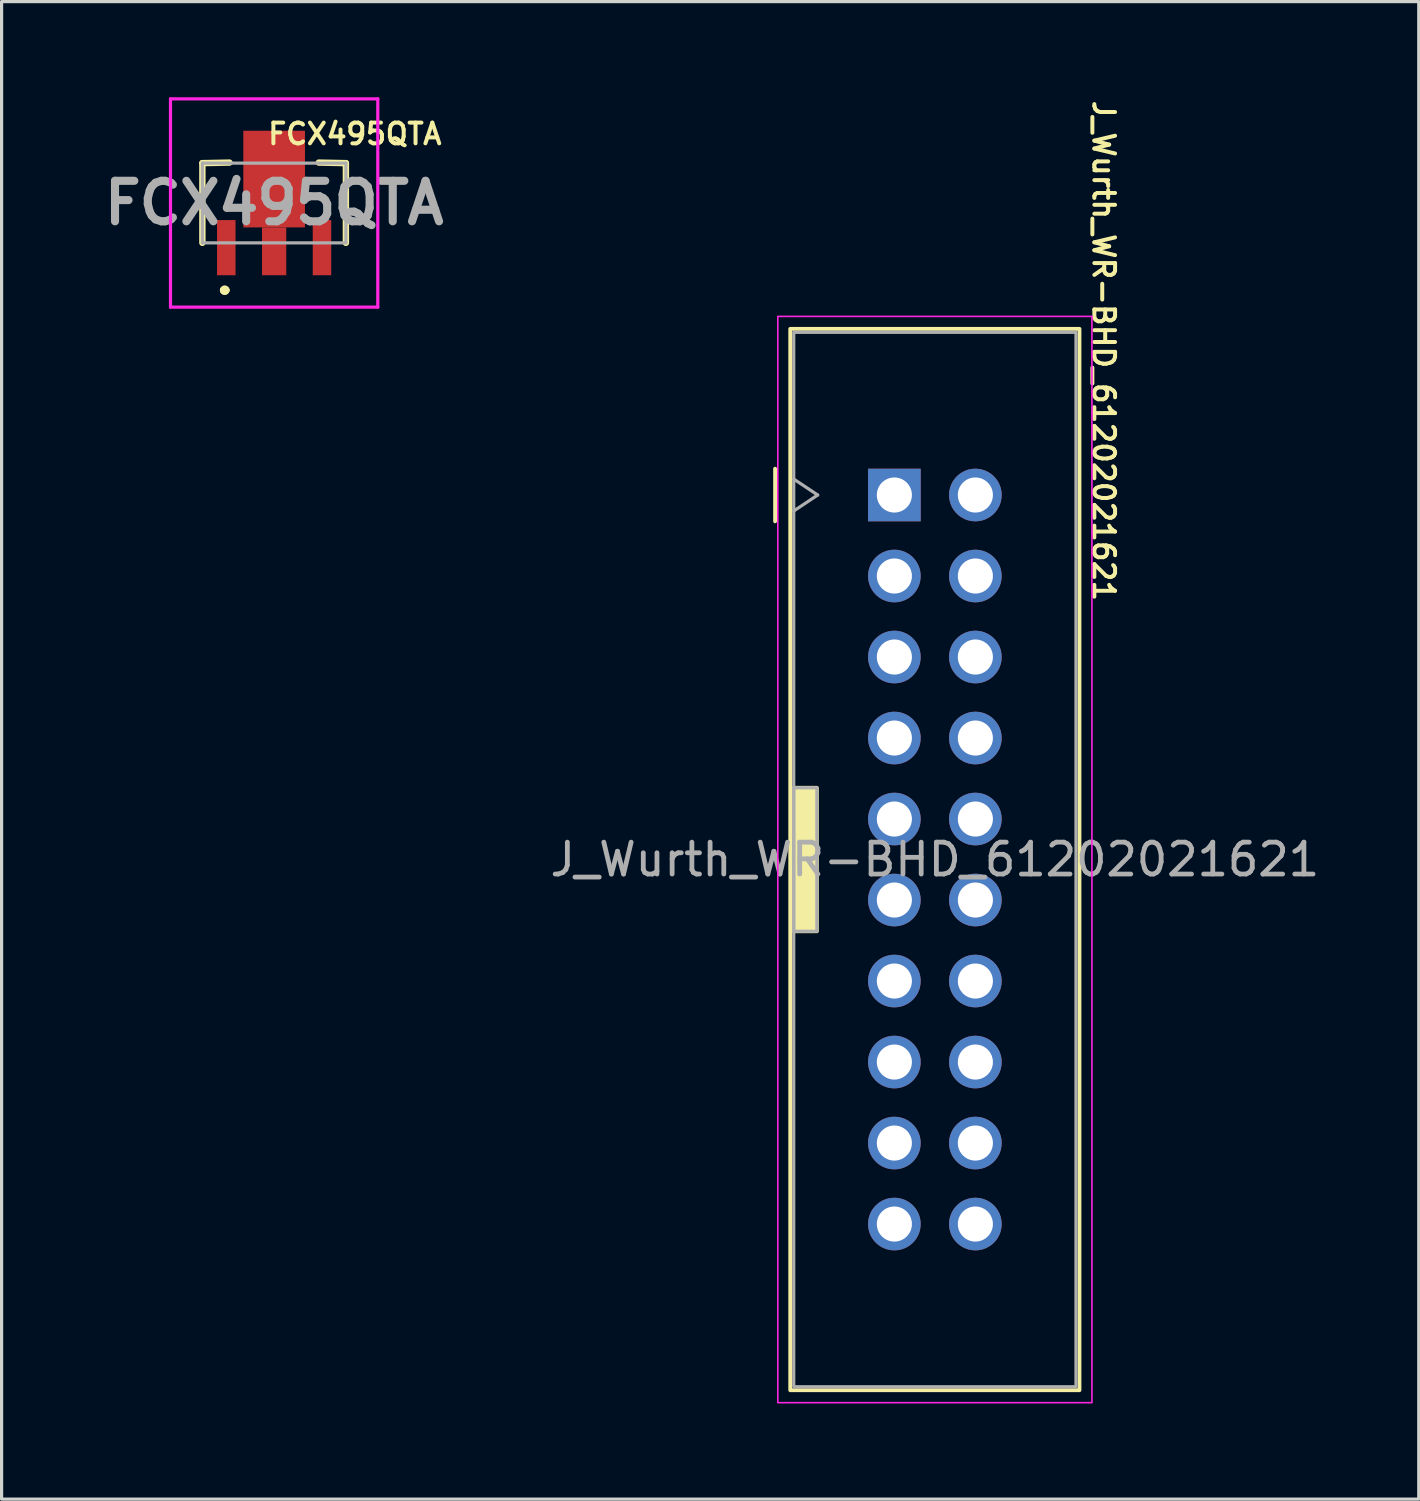
<source format=kicad_pcb>
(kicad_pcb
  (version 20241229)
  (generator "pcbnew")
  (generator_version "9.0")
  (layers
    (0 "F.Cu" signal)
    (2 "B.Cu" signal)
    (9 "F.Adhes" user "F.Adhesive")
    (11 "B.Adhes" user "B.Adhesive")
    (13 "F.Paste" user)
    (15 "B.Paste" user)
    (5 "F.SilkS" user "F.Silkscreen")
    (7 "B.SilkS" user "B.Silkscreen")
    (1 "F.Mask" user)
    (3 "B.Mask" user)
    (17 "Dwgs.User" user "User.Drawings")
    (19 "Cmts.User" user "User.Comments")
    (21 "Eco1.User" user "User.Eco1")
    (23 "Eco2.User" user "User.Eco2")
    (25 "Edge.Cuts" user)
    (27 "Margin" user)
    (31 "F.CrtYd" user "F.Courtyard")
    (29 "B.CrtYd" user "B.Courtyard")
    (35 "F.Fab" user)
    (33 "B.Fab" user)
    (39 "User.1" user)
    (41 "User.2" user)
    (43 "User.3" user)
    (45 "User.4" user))
  (footprint "J_Wurth_WR-BHD_61202021621"
    (layer "F.Cu")
    (at 24.994 12.472)
    (property "Reference" "J_Wurth_WR-BHD_61202021621" (at 6.565 -4.519 270) (unlocked yes) (layer "F.SilkS") (effects (font (size 0.65 0.65) (thickness 0.125))))
    (attr through_hole)
    (fp_line (start -3.74 -0.825) (end -3.74 0.825) (stroke (width 0.12) (type solid)) (layer "F.SilkS"))
    (fp_rect (start -3.265 -5.21) (end 5.805 28.07) (stroke (width 0.12) (type solid)) (fill no) (layer "F.SilkS"))
    (fp_rect (start -3.155 9.18) (end -2.43 13.68) (stroke (width 0.12) (type solid)) (fill yes) (layer "F.SilkS"))
    (fp_rect (start -3.655 -5.6) (end 6.195 28.46) (stroke (width 0.05) (type solid)) (fill no) (layer "F.CrtYd"))
    (fp_line (start -2.405 0) (end -3.155 -0.5) (stroke (width 0.1) (type solid)) (layer "F.Fab"))
    (fp_line (start -2.405 0) (end -3.155 0.5) (stroke (width 0.1) (type solid)) (layer "F.Fab"))
    (fp_rect (start -3.155 9.18) (end -2.43 13.68) (stroke (width 0.1) (type solid)) (fill no) (layer "F.Fab"))
    (fp_rect (start -3.155 -5.1) (end 5.695 27.96) (stroke (width 0.1) (type solid)) (fill no) (layer "F.Fab"))
    (fp_text user "${REFERENCE}" (at 1.27 11.43 0) (unlocked yes) (layer "F.Fab") (effects (font (size 1 1) (thickness 0.15))))
    (pad "1" thru_hole rect (at 0 0 270) (size 1.65 1.65) (drill 1.1) (layers "*.Cu" "*.Mask"))
    (pad "2" thru_hole circle (at 2.54 0 270) (size 1.65 1.65) (drill 1.1) (layers "*.Cu" "*.Mask"))
    (pad "3" thru_hole circle (at 0 2.54 270) (size 1.65 1.65) (drill 1.1) (layers "*.Cu" "*.Mask"))
    (pad "4" thru_hole circle (at 2.54 2.54 270) (size 1.65 1.65) (drill 1.1) (layers "*.Cu" "*.Mask"))
    (pad "5" thru_hole circle (at 0 5.08 270) (size 1.65 1.65) (drill 1.1) (layers "*.Cu" "*.Mask"))
    (pad "6" thru_hole circle (at 2.54 5.08 270) (size 1.65 1.65) (drill 1.1) (layers "*.Cu" "*.Mask"))
    (pad "7" thru_hole circle (at 0 7.62 270) (size 1.65 1.65) (drill 1.1) (layers "*.Cu" "*.Mask"))
    (pad "8" thru_hole circle (at 2.54 7.62 270) (size 1.65 1.65) (drill 1.1) (layers "*.Cu" "*.Mask"))
    (pad "9" thru_hole circle (at 0 10.16 270) (size 1.65 1.65) (drill 1.1) (layers "*.Cu" "*.Mask"))
    (pad "10" thru_hole circle (at 2.54 10.16 270) (size 1.65 1.65) (drill 1.1) (layers "*.Cu" "*.Mask"))
    (pad "11" thru_hole circle (at 0 12.7 270) (size 1.65 1.65) (drill 1.1) (layers "*.Cu" "*.Mask"))
    (pad "12" thru_hole circle (at 2.54 12.7 270) (size 1.65 1.65) (drill 1.1) (layers "*.Cu" "*.Mask"))
    (pad "13" thru_hole circle (at 0 15.24 270) (size 1.65 1.65) (drill 1.1) (layers "*.Cu" "*.Mask"))
    (pad "14" thru_hole circle (at 2.54 15.24 270) (size 1.65 1.65) (drill 1.1) (layers "*.Cu" "*.Mask"))
    (pad "15" thru_hole circle (at 0 17.78 270) (size 1.65 1.65) (drill 1.1) (layers "*.Cu" "*.Mask"))
    (pad "16" thru_hole circle (at 2.54 17.78 270) (size 1.65 1.65) (drill 1.1) (layers "*.Cu" "*.Mask"))
    (pad "17" thru_hole circle (at 0 20.32 270) (size 1.65 1.65) (drill 1.1) (layers "*.Cu" "*.Mask"))
    (pad "18" thru_hole circle (at 2.54 20.32 270) (size 1.65 1.65) (drill 1.1) (layers "*.Cu" "*.Mask"))
    (pad "19" thru_hole circle (at 0 22.86 270) (size 1.65 1.65) (drill 1.1) (layers "*.Cu" "*.Mask"))
    (pad "20" thru_hole circle (at 2.54 22.86 270) (size 1.65 1.65) (drill 1.1) (layers "*.Cu" "*.Mask")))
  (footprint "FCX495QTA"
    (layer "F.Cu")
    (at 5.546 3.448)
    (property "Reference" "FCX495QTA" (at 2.53 -2.298 0) (layer "F.SilkS") (effects (font (size 0.65 0.65) (thickness 0.125))))
    (attr smd)
    (fp_line (start -2.25 -1.383) (end -2.25 1.117) (stroke (width 0.2) (type solid)) (layer "F.SilkS"))
    (fp_line (start -1.6 2.6) (end -1.6 2.6) (stroke (width 0.2) (type solid)) (layer "F.SilkS"))
    (fp_line (start -1.6 2.6) (end -1.6 2.6) (stroke (width 0.2) (type solid)) (layer "F.SilkS"))
    (fp_line (start -1.5 2.6) (end -1.5 2.6) (stroke (width 0.2) (type solid)) (layer "F.SilkS"))
    (fp_line (start -1.4 -1.4) (end -2.25 -1.383) (stroke (width 0.2) (type solid)) (layer "F.SilkS"))
    (fp_line (start 1.4 -1.4) (end 2.25 -1.383) (stroke (width 0.2) (type solid)) (layer "F.SilkS"))
    (fp_line (start 2.25 -1.383) (end 2.25 1.117) (stroke (width 0.2) (type solid)) (layer "F.SilkS"))
    (fp_arc (start -1.6 2.6) (mid -1.55 2.55) (end -1.5 2.6) (stroke (width 0.2) (type solid)) (layer "F.SilkS"))
    (fp_arc (start -1.5 2.6) (mid -1.55 2.65) (end -1.6 2.6) (stroke (width 0.2) (type solid)) (layer "F.SilkS"))
    (fp_arc (start -1.5 2.6) (mid -1.55 2.65) (end -1.6 2.6) (stroke (width 0.2) (type solid)) (layer "F.SilkS"))
    (fp_line (start -3.25 -3.398) (end 3.25 -3.398) (stroke (width 0.1) (type solid)) (layer "F.CrtYd"))
    (fp_line (start -3.25 3.133) (end -3.25 -3.398) (stroke (width 0.1) (type solid)) (layer "F.CrtYd"))
    (fp_line (start 3.25 -3.398) (end 3.25 3.133) (stroke (width 0.1) (type solid)) (layer "F.CrtYd"))
    (fp_line (start 3.25 3.133) (end -3.25 3.133) (stroke (width 0.1) (type solid)) (layer "F.CrtYd"))
    (fp_line (start -2.25 -1.383) (end -2.25 1.117) (stroke (width 0.1) (type solid)) (layer "F.Fab"))
    (fp_line (start -2.25 1.117) (end 2.25 1.117) (stroke (width 0.1) (type solid)) (layer "F.Fab"))
    (fp_line (start 2.25 -1.383) (end -2.25 -1.383) (stroke (width 0.1) (type solid)) (layer "F.Fab"))
    (fp_line (start 2.25 1.117) (end 2.25 -1.383) (stroke (width 0.1) (type solid)) (layer "F.Fab"))
    (fp_text user "${REFERENCE}" (at 0 -0.133 0) (layer "F.Fab") (effects (font (size 1.27 1.27) (thickness 0.254))))
    (pad "1" smd rect (at -1.5 1.268) (size 0.58 1.73) (layers "F.Cu" "F.Mask" "F.Paste"))
    (pad "2" smd rect (at 0 1.383) (size 0.76 1.5) (layers "F.Cu" "F.Mask" "F.Paste"))
    (pad "3" smd rect (at 1.5 1.268) (size 0.58 1.73) (layers "F.Cu" "F.Mask" "F.Paste"))
    (pad "4" smd rect (at 0 -0.883) (size 1.933 3.03) (layers "F.Cu" "F.Mask" "F.Paste")))
  (gr_rect
    (start -3 -3)
    (end 41.437 43.957)
    (stroke (width 0.1) (type default))
    (fill no)
    (layer "Edge.Cuts")))
</source>
